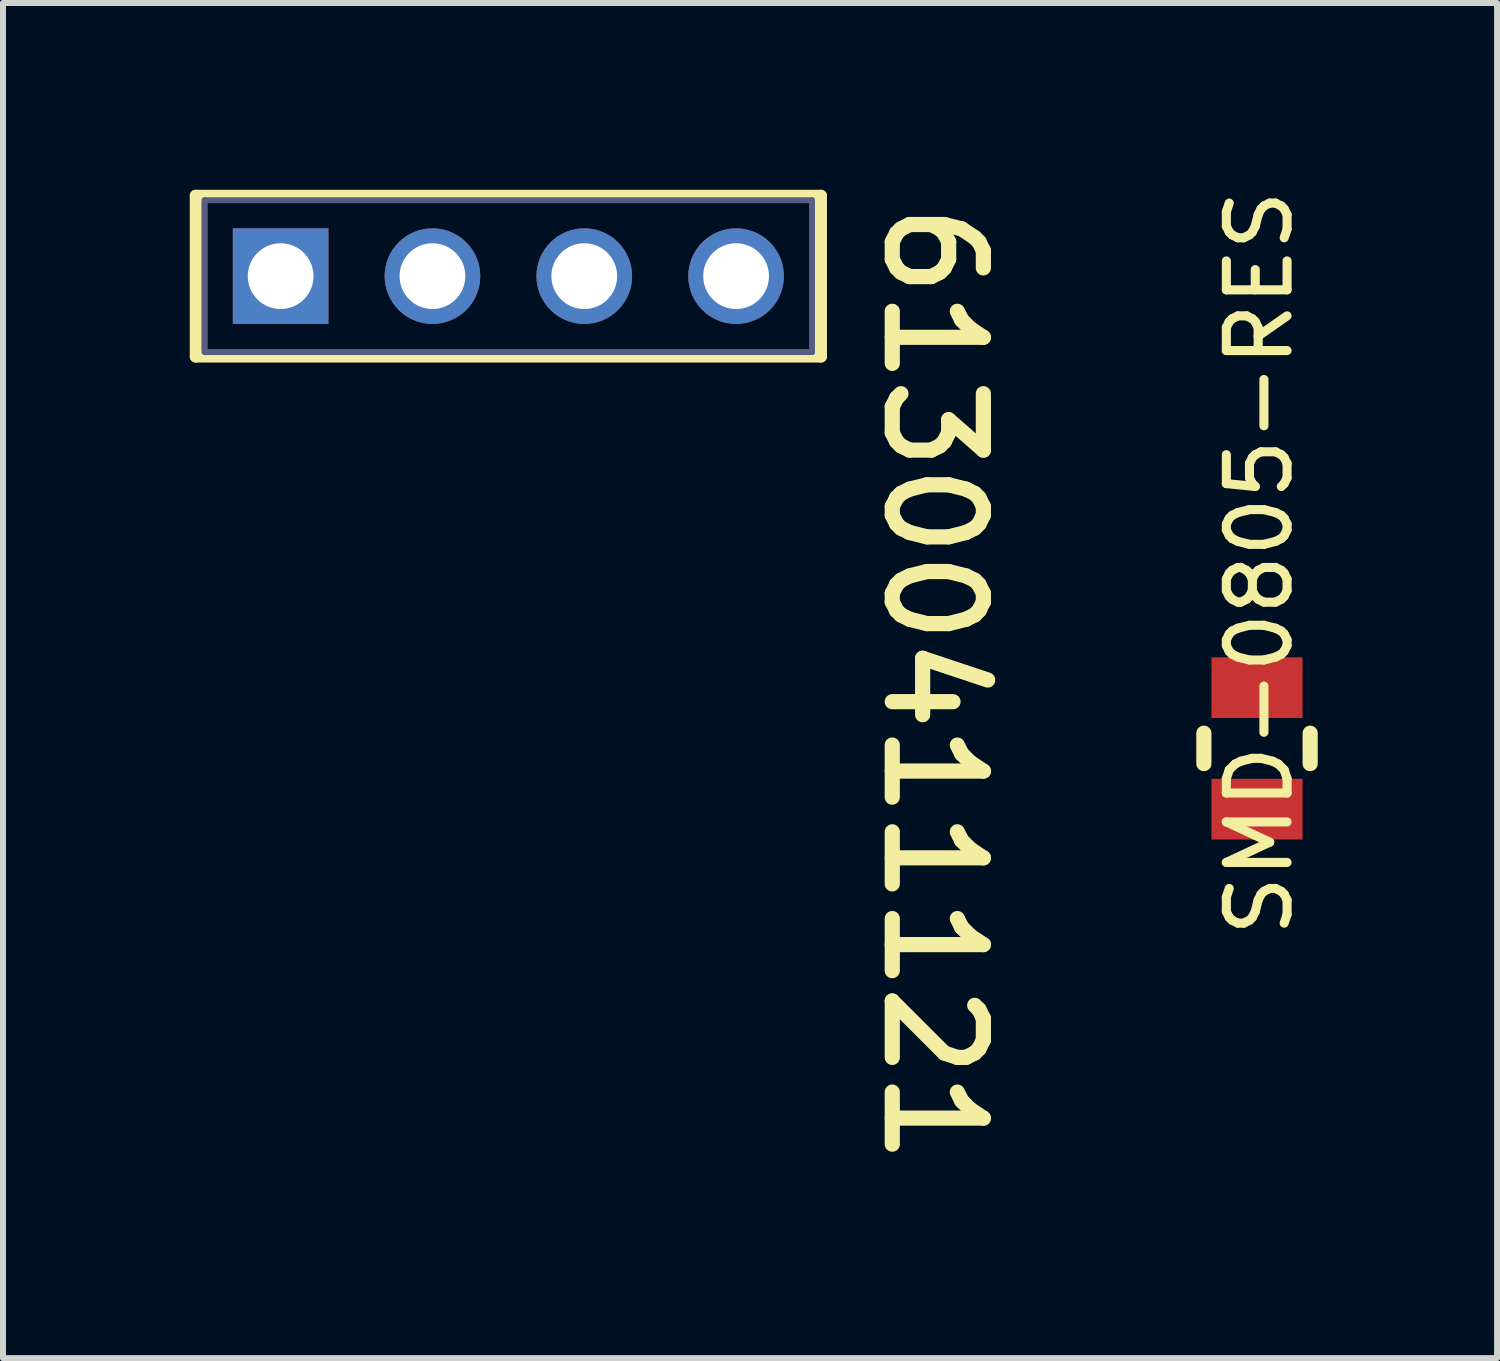
<source format=kicad_pcb>
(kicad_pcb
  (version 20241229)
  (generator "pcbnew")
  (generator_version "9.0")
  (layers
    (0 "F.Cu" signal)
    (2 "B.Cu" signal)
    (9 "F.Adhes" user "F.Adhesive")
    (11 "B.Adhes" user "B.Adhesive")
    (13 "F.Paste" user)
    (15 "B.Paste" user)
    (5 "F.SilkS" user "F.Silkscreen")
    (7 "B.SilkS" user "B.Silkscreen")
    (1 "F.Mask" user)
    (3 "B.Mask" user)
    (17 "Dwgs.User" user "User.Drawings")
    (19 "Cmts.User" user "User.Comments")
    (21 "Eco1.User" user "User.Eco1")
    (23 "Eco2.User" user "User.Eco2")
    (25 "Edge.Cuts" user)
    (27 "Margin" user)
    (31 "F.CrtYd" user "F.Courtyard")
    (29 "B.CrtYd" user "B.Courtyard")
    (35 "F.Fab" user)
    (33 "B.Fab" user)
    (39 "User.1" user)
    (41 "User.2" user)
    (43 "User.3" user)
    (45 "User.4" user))
  (footprint "SMD-0805-RES"
    (layer "F.Cu")
    (at 17.98 9.471)
    (property "Reference" "SMD-0805-RES" (at 0.635 3.217 90) (unlocked yes) (layer "F.SilkS") (effects (font (size 1.016 1.016) (thickness 0.152)) (justify left bottom)))
    (fp_line (start -0.889 0.254) (end -0.889 -0.254) (stroke (width 0.254) (type solid)) (layer "F.SilkS"))
    (fp_line (start 0.889 0.254) (end 0.889 -0.254) (stroke (width 0.254) (type solid)) (layer "F.SilkS"))
    (pad "1" smd rect (at 0 -1.016 270) (size 1.016 1.524) (layers "F.Cu" "F.Mask" "F.Paste"))
    (pad "2" smd rect (at 0 1.016 270) (size 1.016 1.524) (layers "F.Cu" "F.Mask" "F.Paste")))
  (footprint "61300411121"
    (layer "F.Cu")
    (at 5.455 1.57)
    (property "Reference" "61300411121" (at 6.223 -1.321 270) (unlocked yes) (layer "F.SilkS") (effects (font (size 1.524 1.524) (thickness 0.254)) (justify left bottom)))
    (fp_line (start -5.23 -1.345) (end -5.23 1.345) (stroke (width 0.2) (type solid)) (layer "F.SilkS"))
    (fp_line (start -5.23 -1.345) (end 5.23 -1.345) (stroke (width 0.2) (type solid)) (layer "F.SilkS"))
    (fp_line (start -5.23 1.345) (end 5.23 1.345) (stroke (width 0.2) (type solid)) (layer "F.SilkS"))
    (fp_line (start 5.23 -1.345) (end 5.23 1.345) (stroke (width 0.2) (type solid)) (layer "F.SilkS"))
    (fp_line (start -5.43 -1.545) (end -5.43 1.545) (stroke (width 0.05) (type solid)) (layer "Eco1.User"))
    (fp_line (start -5.43 -1.545) (end 5.43 -1.545) (stroke (width 0.05) (type solid)) (layer "Eco1.User"))
    (fp_line (start -5.43 1.545) (end 5.43 1.545) (stroke (width 0.05) (type solid)) (layer "Eco1.User"))
    (fp_line (start -0.5 0) (end 0.5 0) (stroke (width 0.05) (type solid)) (layer "Eco1.User"))
    (fp_line (start 0 -0.5) (end 0 0.5) (stroke (width 0.05) (type solid)) (layer "Eco1.User"))
    (fp_line (start 5.43 -1.545) (end 5.43 1.545) (stroke (width 0.05) (type solid)) (layer "Eco1.User"))
    (fp_line (start -5.08 -1.27) (end -5.08 1.27) (stroke (width 0.1) (type solid)) (layer "B.Fab"))
    (fp_line (start -5.08 -1.27) (end 5.08 -1.27) (stroke (width 0.1) (type solid)) (layer "B.Fab"))
    (fp_line (start -5.08 1.27) (end 5.08 1.27) (stroke (width 0.1) (type solid)) (layer "B.Fab"))
    (fp_line (start 5.08 -1.27) (end 5.08 1.27) (stroke (width 0.1) (type solid)) (layer "B.Fab"))
    (pad "1" thru_hole rect (at -3.81 0) (size 1.6 1.6) (drill 1.1) (layers "*.Cu" "*.Mask"))
    (pad "2" thru_hole circle (at -1.27 0) (size 1.6 1.6) (drill 1.1) (layers "*.Cu" "*.Mask"))
    (pad "3" thru_hole circle (at 1.27 0) (size 1.6 1.6) (drill 1.1) (layers "*.Cu" "*.Mask"))
    (pad "4" thru_hole circle (at 3.81 0) (size 1.6 1.6) (drill 1.1) (layers "*.Cu" "*.Mask")))
  (gr_rect
    (start -3 -3)
    (end 21.996 19.672)
    (stroke (width 0.1) (type default))
    (fill no)
    (layer "Edge.Cuts")))
</source>
